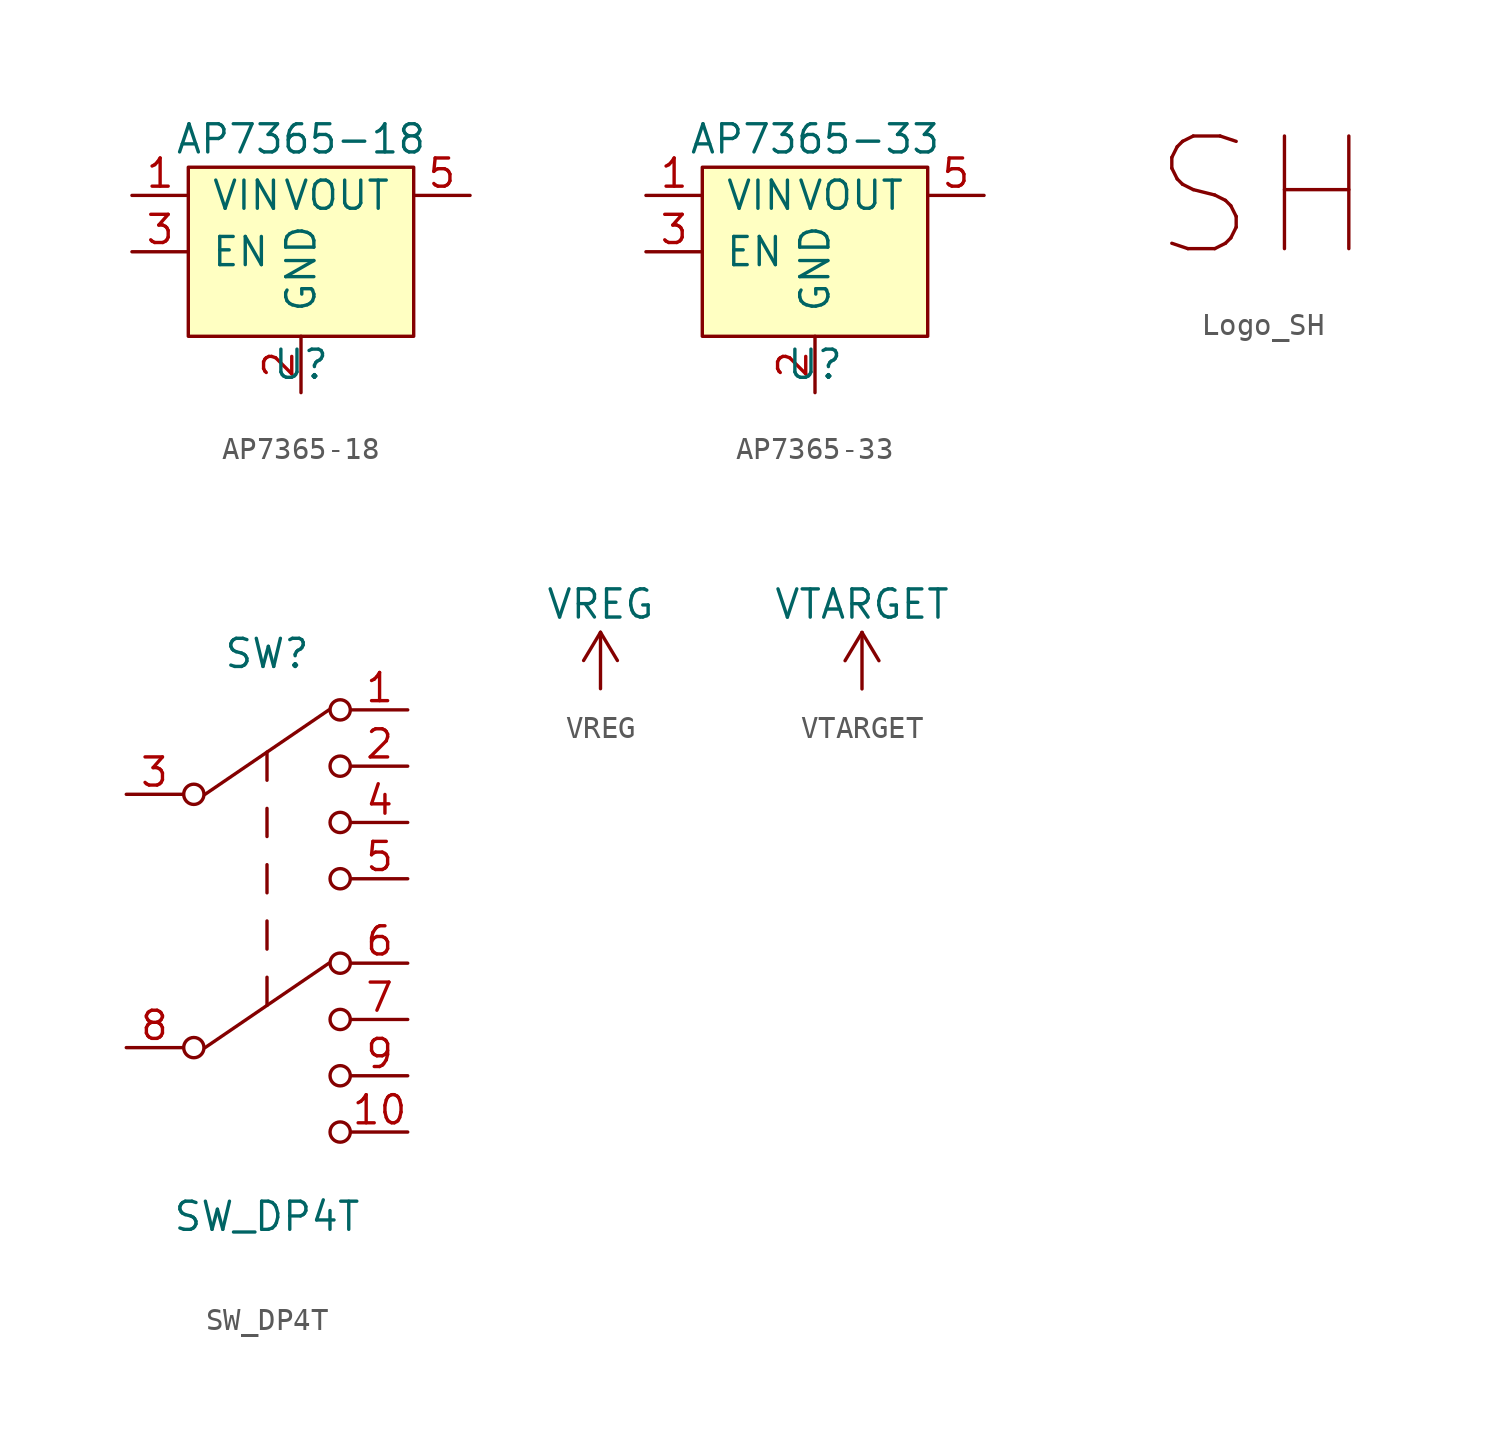
<source format=kicad_sym>
(kicad_symbol_lib
  (version 20211014)
  (generator kicad_symbol_editor)
  (symbol "AP7365-18"
    (pin_names
      (offset 1.016))
    (property "Reference" "U"
      (at 0 -5.08 0)
      (effects (font (size 1.27 1.27))))
    (property "Value" "AP7365-18"
      (at 0 5.08 0)
      (effects (font (size 1.27 1.27))))
    (symbol "AP7365-18_0_1"
      (rectangle (start -5.08 3.81) (end 5.08 -3.81) (stroke (width 0) (type default) (color 0 0 0 0)) (fill (type background))))
    (symbol "AP7365-18_1_1"
      (pin power_in line (at -7.62 2.54 0) (length 2.54) (name "VIN" (effects (font (size 1.27 1.27)))) (number "1" (effects (font (size 1.27 1.27)))))
      (pin power_in line (at 0 -6.35 90) (length 2.54) (name "GND" (effects (font (size 1.27 1.27)))) (number "2" (effects (font (size 1.27 1.27)))))
      (pin input line (at -7.62 0 0) (length 2.54) (name "EN" (effects (font (size 1.27 1.27)))) (number "3" (effects (font (size 1.27 1.27)))))
      (pin no_connect line (at 7.62 0 180) (length 2.54) hide (name "NC" (effects (font (size 1.27 1.27)))) (number "4" (effects (font (size 1.27 1.27)))))
      (pin power_out line (at 7.62 2.54 180) (length 2.54) (name "VOUT" (effects (font (size 1.27 1.27)))) (number "5" (effects (font (size 1.27 1.27)))))))
  (symbol "AP7365-33"
    (pin_names
      (offset 1.016))
    (property "Reference" "U"
      (at 0 -5.08 0)
      (effects (font (size 1.27 1.27))))
    (property "Value" "AP7365-33"
      (at 0 5.08 0)
      (effects (font (size 1.27 1.27))))
    (symbol "AP7365-33_0_1"
      (rectangle (start -5.08 3.81) (end 5.08 -3.81) (stroke (width 0) (type default) (color 0 0 0 0)) (fill (type background))))
    (symbol "AP7365-33_1_1"
      (pin power_in line (at -7.62 2.54 0) (length 2.54) (name "VIN" (effects (font (size 1.27 1.27)))) (number "1" (effects (font (size 1.27 1.27)))))
      (pin power_in line (at 0 -6.35 90) (length 2.54) (name "GND" (effects (font (size 1.27 1.27)))) (number "2" (effects (font (size 1.27 1.27)))))
      (pin input line (at -7.62 0 0) (length 2.54) (name "EN" (effects (font (size 1.27 1.27)))) (number "3" (effects (font (size 1.27 1.27)))))
      (pin no_connect line (at 7.62 0 180) (length 2.54) hide (name "NC" (effects (font (size 1.27 1.27)))) (number "4" (effects (font (size 1.27 1.27)))))
      (pin power_out line (at 7.62 2.54 180) (length 2.54) (name "VOUT" (effects (font (size 1.27 1.27)))) (number "5" (effects (font (size 1.27 1.27)))))))
  (symbol "Logo_SH"
    (pin_names
      (offset 1.016))
    (property "Reference" "#LOGO?"
      (at 0 -6.35 0)
      (effects (font (size 1.27 1.27)) hide))
    (symbol "Logo_SH_0_0"
      (text "SH" (at 0 0 0) (effects (font (size 5.08 5.08))))))
  (symbol "SW_DP4T"
    (pin_names
      (offset 0) hide)
    (property "Reference" "SW"
      (at 0 6.35 0)
      (effects (font (size 1.27 1.27))))
    (property "Value" "SW_DP4T"
      (at 0 -19.05 0)
      (effects (font (size 1.27 1.27))))
    (symbol "SW_DP4T_0_1"
      (polyline (pts (xy -2.794 0) (xy 2.794 3.81)) (stroke (width 0) (type default) (color 0 0 0 0)) (fill (type none)))
      (polyline (pts (xy 0 -9.525) (xy 0 -8.255)) (stroke (width 0) (type default) (color 0 0 0 0)) (fill (type none)))
      (polyline (pts (xy 0 -6.985) (xy 0 -5.715)) (stroke (width 0) (type default) (color 0 0 0 0)) (fill (type none)))
      (polyline (pts (xy 0 -4.445) (xy 0 -3.175)) (stroke (width 0) (type default) (color 0 0 0 0)) (fill (type none)))
      (polyline (pts (xy 0 -1.905) (xy 0 -0.635)) (stroke (width 0) (type default) (color 0 0 0 0)) (fill (type none)))
      (polyline (pts (xy 0 0.635) (xy 0 1.905)) (stroke (width 0) (type default) (color 0 0 0 0)) (fill (type none))))
    (symbol "SW_DP4T_1_1"
      (circle (center -3.302 -11.43) (radius 0.457) (stroke (width 0) (type default) (color 0 0 0 0)) (fill (type none)))
      (circle (center -3.302 0) (radius 0.457) (stroke (width 0) (type default) (color 0 0 0 0)) (fill (type none)))
      (polyline (pts (xy -2.794 -11.43) (xy 2.794 -7.62)) (stroke (width 0) (type default) (color 0 0 0 0)) (fill (type none)))
      (circle (center 3.302 -15.24) (radius 0.457) (stroke (width 0) (type default) (color 0 0 0 0)) (fill (type none)))
      (circle (center 3.302 -12.7) (radius 0.457) (stroke (width 0) (type default) (color 0 0 0 0)) (fill (type none)))
      (circle (center 3.302 -10.16) (radius 0.457) (stroke (width 0) (type default) (color 0 0 0 0)) (fill (type none)))
      (circle (center 3.302 -7.62) (radius 0.457) (stroke (width 0) (type default) (color 0 0 0 0)) (fill (type none)))
      (circle (center 3.302 -3.81) (radius 0.457) (stroke (width 0) (type default) (color 0 0 0 0)) (fill (type none)))
      (circle (center 3.302 -1.27) (radius 0.457) (stroke (width 0) (type default) (color 0 0 0 0)) (fill (type none)))
      (circle (center 3.302 1.27) (radius 0.457) (stroke (width 0) (type default) (color 0 0 0 0)) (fill (type none)))
      (circle (center 3.302 3.81) (radius 0.457) (stroke (width 0) (type default) (color 0 0 0 0)) (fill (type none)))
      (pin passive line (at 6.35 3.81 180) (length 2.54) (name "1" (effects (font (size 1.27 1.27)))) (number "1" (effects (font (size 1.27 1.27)))))
      (pin passive line (at 6.35 -15.24 180) (length 2.54) (name "10" (effects (font (size 1.27 1.27)))) (number "10" (effects (font (size 1.27 1.27)))))
      (pin passive line (at 6.35 1.27 180) (length 2.54) (name "2" (effects (font (size 1.27 1.27)))) (number "2" (effects (font (size 1.27 1.27)))))
      (pin passive line (at -6.35 0 0) (length 2.54) (name "3" (effects (font (size 1.27 1.27)))) (number "3" (effects (font (size 1.27 1.27)))))
      (pin passive line (at 6.35 -1.27 180) (length 2.54) (name "4" (effects (font (size 1.27 1.27)))) (number "4" (effects (font (size 1.27 1.27)))))
      (pin passive line (at 6.35 -3.81 180) (length 2.54) (name "5" (effects (font (size 1.27 1.27)))) (number "5" (effects (font (size 1.27 1.27)))))
      (pin passive line (at 6.35 -7.62 180) (length 2.54) (name "6" (effects (font (size 1.27 1.27)))) (number "6" (effects (font (size 1.27 1.27)))))
      (pin passive line (at 6.35 -10.16 180) (length 2.54) (name "7" (effects (font (size 1.27 1.27)))) (number "7" (effects (font (size 1.27 1.27)))))
      (pin passive line (at -6.35 -11.43 0) (length 2.54) (name "8" (effects (font (size 1.27 1.27)))) (number "8" (effects (font (size 1.27 1.27)))))
      (pin passive line (at 6.35 -12.7 180) (length 2.54) (name "9" (effects (font (size 1.27 1.27)))) (number "9" (effects (font (size 1.27 1.27)))))))
  (symbol "VREG"
    (power)
    (pin_names
      (offset 0))
    (property "Reference" "#PWR"
      (at 0 -3.81 0)
      (effects (font (size 1.27 1.27)) hide))
    (property "Value" "VREG"
      (at 0 3.81 0)
      (effects (font (size 1.27 1.27))))
    (symbol "VREG_0_1"
      (polyline (pts (xy -0.762 1.27) (xy 0 2.54)) (stroke (width 0) (type default) (color 0 0 0 0)) (fill (type none)))
      (polyline (pts (xy 0 0) (xy 0 2.54)) (stroke (width 0) (type default) (color 0 0 0 0)) (fill (type none)))
      (polyline (pts (xy 0 2.54) (xy 0.762 1.27)) (stroke (width 0) (type default) (color 0 0 0 0)) (fill (type none))))
    (symbol "VREG_1_1"
      (pin power_in line (at 0 0 90) (length 0) hide (name "VREG" (effects (font (size 1.27 1.27)))) (number "1" (effects (font (size 1.27 1.27)))))))
  (symbol "VTARGET"
    (power)
    (pin_names
      (offset 0))
    (property "Reference" "#PWR"
      (at 0 -3.81 0)
      (effects (font (size 1.27 1.27)) hide))
    (property "Value" "VTARGET"
      (at 0 3.81 0)
      (effects (font (size 1.27 1.27))))
    (symbol "VTARGET_0_1"
      (polyline (pts (xy -0.762 1.27) (xy 0 2.54)) (stroke (width 0) (type default) (color 0 0 0 0)) (fill (type none)))
      (polyline (pts (xy 0 0) (xy 0 2.54)) (stroke (width 0) (type default) (color 0 0 0 0)) (fill (type none)))
      (polyline (pts (xy 0 2.54) (xy 0.762 1.27)) (stroke (width 0) (type default) (color 0 0 0 0)) (fill (type none))))
    (symbol "VTARGET_1_1"
      (pin power_in line (at 0 0 90) (length 0) hide (name "VTARGET" (effects (font (size 1.27 1.27)))) (number "1" (effects (font (size 1.27 1.27))))))))
</source>
